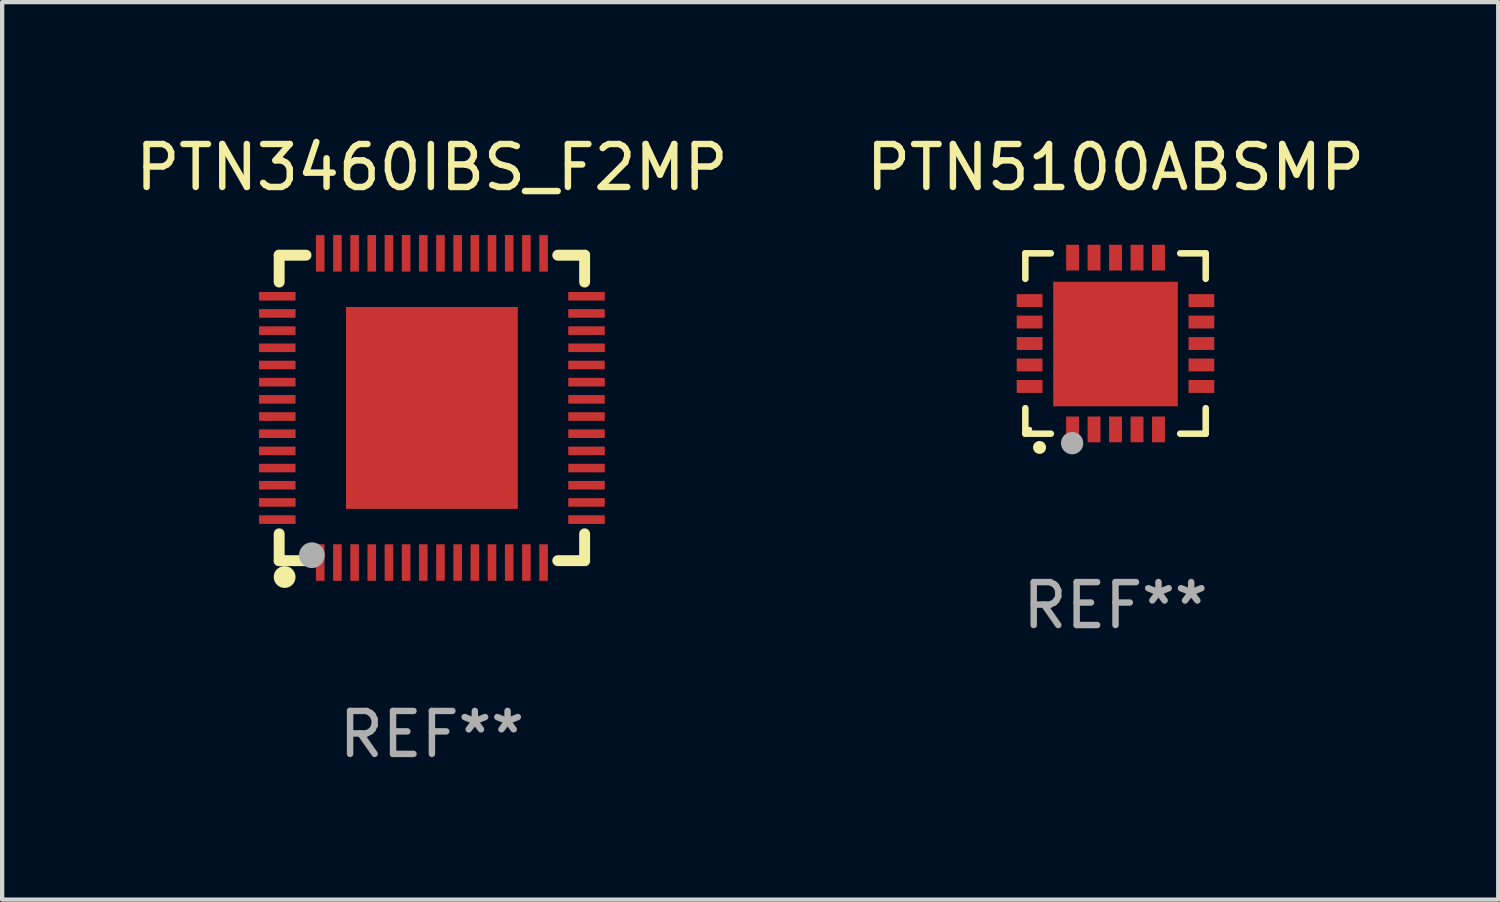
<source format=kicad_pcb>
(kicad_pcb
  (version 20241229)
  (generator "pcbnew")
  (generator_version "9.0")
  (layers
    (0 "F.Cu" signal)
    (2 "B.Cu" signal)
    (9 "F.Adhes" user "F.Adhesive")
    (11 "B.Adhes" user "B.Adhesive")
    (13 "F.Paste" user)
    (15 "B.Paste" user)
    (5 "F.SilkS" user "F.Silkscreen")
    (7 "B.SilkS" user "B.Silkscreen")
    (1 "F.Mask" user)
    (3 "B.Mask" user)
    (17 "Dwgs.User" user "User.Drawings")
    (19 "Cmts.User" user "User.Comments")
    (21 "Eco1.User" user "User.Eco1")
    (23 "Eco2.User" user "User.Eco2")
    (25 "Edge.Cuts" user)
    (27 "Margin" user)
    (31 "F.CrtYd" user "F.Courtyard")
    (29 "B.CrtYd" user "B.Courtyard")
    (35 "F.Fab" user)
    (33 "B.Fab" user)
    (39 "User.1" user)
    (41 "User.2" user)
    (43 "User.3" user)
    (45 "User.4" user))
  (footprint "PTN5100ABSMP"
    (layer "F.Cu")
    (at 22.923 4.948)
    (property "Reference" "PTN5100ABSMP" (at 0 -4.1 0) (layer "F.SilkS") (effects (font (size 1 1) (thickness 0.15))))
    (attr through_hole)
    (fp_line (start -2.1 -2.1) (end -1.506 -2.1) (stroke (width 0.152) (type solid)) (layer "F.SilkS"))
    (fp_line (start -2.1 -1.506) (end -2.1 -2.1) (stroke (width 0.152) (type solid)) (layer "F.SilkS"))
    (fp_line (start -2.1 2.1) (end -2.1 1.506) (stroke (width 0.152) (type solid)) (layer "F.SilkS"))
    (fp_line (start -1.506 2.1) (end -2.1 2.1) (stroke (width 0.152) (type solid)) (layer "F.SilkS"))
    (fp_line (start 1.506 -2.1) (end 2.1 -2.1) (stroke (width 0.152) (type solid)) (layer "F.SilkS"))
    (fp_line (start 2.1 -2.1) (end 2.1 -1.506) (stroke (width 0.152) (type solid)) (layer "F.SilkS"))
    (fp_line (start 2.1 1.506) (end 2.1 2.1) (stroke (width 0.152) (type solid)) (layer "F.SilkS"))
    (fp_line (start 2.1 2.1) (end 1.506 2.1) (stroke (width 0.152) (type solid)) (layer "F.SilkS"))
    (fp_arc (start -1.770003 2.420028) (mid -1.768733 2.420023) (end -1.767463 2.420028) (stroke (width 0.3) (type solid)) (layer "F.SilkS"))
    (fp_circle (center -2 2) (end -1.97 2) (stroke (width 0.06) (type solid)) (fill no) (layer "F.SilkS"))
    (fp_circle (center -1.01 2.32) (end -0.88 2.32) (stroke (width 0.26) (type solid)) (fill no) (layer "F.Fab"))
    (fp_text user "REF**" (at 0 6.1 0) (layer "F.Fab") (effects (font (size 1 1) (thickness 0.15))))
    (pad "1" smd rect (at -1 2 180) (size 0.3 0.6) (layers "F.Cu" "F.Mask" "F.Paste"))
    (pad "2" smd rect (at -0.5 2 180) (size 0.3 0.6) (layers "F.Cu" "F.Mask" "F.Paste"))
    (pad "3" smd rect (at 0 2 180) (size 0.3 0.6) (layers "F.Cu" "F.Mask" "F.Paste"))
    (pad "4" smd rect (at 0.5 2 180) (size 0.3 0.6) (layers "F.Cu" "F.Mask" "F.Paste"))
    (pad "5" smd rect (at 1 2 180) (size 0.3 0.6) (layers "F.Cu" "F.Mask" "F.Paste"))
    (pad "6" smd rect (at 2 1 90) (size 0.3 0.6) (layers "F.Cu" "F.Mask" "F.Paste"))
    (pad "7" smd rect (at 2 0.5 90) (size 0.3 0.6) (layers "F.Cu" "F.Mask" "F.Paste"))
    (pad "8" smd rect (at 2 0.000013 90) (size 0.3 0.6) (layers "F.Cu" "F.Mask" "F.Paste"))
    (pad "9" smd rect (at 2 -0.5 90) (size 0.3 0.6) (layers "F.Cu" "F.Mask" "F.Paste"))
    (pad "10" smd rect (at 2 -1 90) (size 0.3 0.6) (layers "F.Cu" "F.Mask" "F.Paste"))
    (pad "11" smd rect (at 1 -2 180) (size 0.3 0.6) (layers "F.Cu" "F.Mask" "F.Paste"))
    (pad "12" smd rect (at 0.5 -2 180) (size 0.3 0.6) (layers "F.Cu" "F.Mask" "F.Paste"))
    (pad "13" smd rect (at 0 -2 180) (size 0.3 0.6) (layers "F.Cu" "F.Mask" "F.Paste"))
    (pad "14" smd rect (at -0.5 -2 180) (size 0.3 0.6) (layers "F.Cu" "F.Mask" "F.Paste"))
    (pad "15" smd rect (at -1 -2 180) (size 0.3 0.6) (layers "F.Cu" "F.Mask" "F.Paste"))
    (pad "16" smd rect (at -2 -1 90) (size 0.3 0.6) (layers "F.Cu" "F.Mask" "F.Paste"))
    (pad "17" smd rect (at -2 -0.5 90) (size 0.3 0.6) (layers "F.Cu" "F.Mask" "F.Paste"))
    (pad "18" smd rect (at -2 0.000013 90) (size 0.3 0.6) (layers "F.Cu" "F.Mask" "F.Paste"))
    (pad "19" smd rect (at -2 0.5 90) (size 0.3 0.6) (layers "F.Cu" "F.Mask" "F.Paste"))
    (pad "20" smd rect (at -2 1 90) (size 0.3 0.6) (layers "F.Cu" "F.Mask" "F.Paste"))
    (pad "21" smd rect (at 0 0.013) (size 2.9 2.9) (layers "F.Cu" "F.Mask" "F.Paste")))
  (footprint "PTN3460IBS_F2MP"
    (layer "F.Cu")
    (at 7.006 6.448)
    (property "Reference" "PTN3460IBS_F2MP" (at 0 -5.6 0) (layer "F.SilkS") (effects (font (size 1 1) (thickness 0.15))))
    (attr through_hole)
    (fp_line (start -3.556 -3.556) (end -3.556 -2.931) (stroke (width 0.254) (type solid)) (layer "F.SilkS"))
    (fp_line (start -3.556 2.931) (end -3.556 3.556) (stroke (width 0.254) (type solid)) (layer "F.SilkS"))
    (fp_line (start -3.556 3.556) (end -2.931 3.556) (stroke (width 0.254) (type solid)) (layer "F.SilkS"))
    (fp_line (start -2.931 -3.556) (end -3.556 -3.556) (stroke (width 0.254) (type solid)) (layer "F.SilkS"))
    (fp_line (start 2.931 3.556) (end 3.556 3.556) (stroke (width 0.254) (type solid)) (layer "F.SilkS"))
    (fp_line (start 3.556 -3.556) (end 2.931 -3.556) (stroke (width 0.254) (type solid)) (layer "F.SilkS"))
    (fp_line (start 3.556 -2.931) (end 3.556 -3.556) (stroke (width 0.254) (type solid)) (layer "F.SilkS"))
    (fp_line (start 3.556 3.556) (end 3.556 2.931) (stroke (width 0.254) (type solid)) (layer "F.SilkS"))
    (fp_circle (center -3.5 3.5) (end -3.47 3.5) (stroke (width 0.06) (type solid)) (fill no) (layer "F.SilkS"))
    (fp_circle (center -3.429 3.937) (end -3.302 3.937) (stroke (width 0.254) (type solid)) (fill no) (layer "F.SilkS"))
    (fp_circle (center -2.794 3.429) (end -2.644 3.429) (stroke (width 0.3) (type solid)) (fill no) (layer "F.Fab"))
    (fp_text user "REF**" (at 0 7.6 0) (layer "F.Fab") (effects (font (size 1 1) (thickness 0.15))))
    (pad "1" smd rect (at -2.6 3.6 270) (size 0.85 0.2) (layers "F.Cu" "F.Mask" "F.Paste"))
    (pad "2" smd rect (at -2.2 3.6 270) (size 0.85 0.2) (layers "F.Cu" "F.Mask" "F.Paste"))
    (pad "3" smd rect (at -1.8 3.6 270) (size 0.85 0.2) (layers "F.Cu" "F.Mask" "F.Paste"))
    (pad "4" smd rect (at -1.4 3.6 270) (size 0.85 0.2) (layers "F.Cu" "F.Mask" "F.Paste"))
    (pad "5" smd rect (at -1 3.6 270) (size 0.85 0.2) (layers "F.Cu" "F.Mask" "F.Paste"))
    (pad "6" smd rect (at -0.6 3.6 270) (size 0.85 0.2) (layers "F.Cu" "F.Mask" "F.Paste"))
    (pad "7" smd rect (at -0.2 3.6 270) (size 0.85 0.2) (layers "F.Cu" "F.Mask" "F.Paste"))
    (pad "8" smd rect (at 0.2 3.6 270) (size 0.85 0.2) (layers "F.Cu" "F.Mask" "F.Paste"))
    (pad "9" smd rect (at 0.6 3.6 270) (size 0.85 0.2) (layers "F.Cu" "F.Mask" "F.Paste"))
    (pad "10" smd rect (at 1 3.6 270) (size 0.85 0.2) (layers "F.Cu" "F.Mask" "F.Paste"))
    (pad "11" smd rect (at 1.4 3.6 270) (size 0.85 0.2) (layers "F.Cu" "F.Mask" "F.Paste"))
    (pad "12" smd rect (at 1.8 3.6 270) (size 0.85 0.2) (layers "F.Cu" "F.Mask" "F.Paste"))
    (pad "13" smd rect (at 2.2 3.6 270) (size 0.85 0.2) (layers "F.Cu" "F.Mask" "F.Paste"))
    (pad "14" smd rect (at 2.6 3.6 270) (size 0.85 0.2) (layers "F.Cu" "F.Mask" "F.Paste"))
    (pad "15" smd rect (at 3.6 2.6) (size 0.85 0.2) (layers "F.Cu" "F.Mask" "F.Paste"))
    (pad "16" smd rect (at 3.6 2.2) (size 0.85 0.2) (layers "F.Cu" "F.Mask" "F.Paste"))
    (pad "17" smd rect (at 3.6 1.8) (size 0.85 0.2) (layers "F.Cu" "F.Mask" "F.Paste"))
    (pad "18" smd rect (at 3.6 1.4) (size 0.85 0.2) (layers "F.Cu" "F.Mask" "F.Paste"))
    (pad "19" smd rect (at 3.6 1) (size 0.85 0.2) (layers "F.Cu" "F.Mask" "F.Paste"))
    (pad "20" smd rect (at 3.6 0.6) (size 0.85 0.2) (layers "F.Cu" "F.Mask" "F.Paste"))
    (pad "21" smd rect (at 3.6 0.2) (size 0.85 0.2) (layers "F.Cu" "F.Mask" "F.Paste"))
    (pad "22" smd rect (at 3.6 -0.2) (size 0.85 0.2) (layers "F.Cu" "F.Mask" "F.Paste"))
    (pad "23" smd rect (at 3.6 -0.6) (size 0.85 0.2) (layers "F.Cu" "F.Mask" "F.Paste"))
    (pad "24" smd rect (at 3.6 -1) (size 0.85 0.2) (layers "F.Cu" "F.Mask" "F.Paste"))
    (pad "25" smd rect (at 3.6 -1.4) (size 0.85 0.2) (layers "F.Cu" "F.Mask" "F.Paste"))
    (pad "26" smd rect (at 3.6 -1.8) (size 0.85 0.2) (layers "F.Cu" "F.Mask" "F.Paste"))
    (pad "27" smd rect (at 3.6 -2.2) (size 0.85 0.2) (layers "F.Cu" "F.Mask" "F.Paste"))
    (pad "28" smd rect (at 3.6 -2.6) (size 0.85 0.2) (layers "F.Cu" "F.Mask" "F.Paste"))
    (pad "29" smd rect (at 2.6 -3.6 270) (size 0.85 0.2) (layers "F.Cu" "F.Mask" "F.Paste"))
    (pad "30" smd rect (at 2.2 -3.6 270) (size 0.85 0.2) (layers "F.Cu" "F.Mask" "F.Paste"))
    (pad "31" smd rect (at 1.8 -3.6 270) (size 0.85 0.2) (layers "F.Cu" "F.Mask" "F.Paste"))
    (pad "32" smd rect (at 1.4 -3.6 270) (size 0.85 0.2) (layers "F.Cu" "F.Mask" "F.Paste"))
    (pad "33" smd rect (at 1 -3.6 270) (size 0.85 0.2) (layers "F.Cu" "F.Mask" "F.Paste"))
    (pad "34" smd rect (at 0.6 -3.6 270) (size 0.85 0.2) (layers "F.Cu" "F.Mask" "F.Paste"))
    (pad "35" smd rect (at 0.2 -3.6 270) (size 0.85 0.2) (layers "F.Cu" "F.Mask" "F.Paste"))
    (pad "36" smd rect (at -0.2 -3.6 270) (size 0.85 0.2) (layers "F.Cu" "F.Mask" "F.Paste"))
    (pad "37" smd rect (at -0.6 -3.6 270) (size 0.85 0.2) (layers "F.Cu" "F.Mask" "F.Paste"))
    (pad "38" smd rect (at -1 -3.6 270) (size 0.85 0.2) (layers "F.Cu" "F.Mask" "F.Paste"))
    (pad "39" smd rect (at -1.4 -3.6 270) (size 0.85 0.2) (layers "F.Cu" "F.Mask" "F.Paste"))
    (pad "40" smd rect (at -1.8 -3.6 270) (size 0.85 0.2) (layers "F.Cu" "F.Mask" "F.Paste"))
    (pad "41" smd rect (at -2.2 -3.6 270) (size 0.85 0.2) (layers "F.Cu" "F.Mask" "F.Paste"))
    (pad "42" smd rect (at -2.6 -3.6 270) (size 0.85 0.2) (layers "F.Cu" "F.Mask" "F.Paste"))
    (pad "43" smd rect (at -3.6 -2.6) (size 0.85 0.2) (layers "F.Cu" "F.Mask" "F.Paste"))
    (pad "44" smd rect (at -3.6 -2.2) (size 0.85 0.2) (layers "F.Cu" "F.Mask" "F.Paste"))
    (pad "45" smd rect (at -3.6 -1.8) (size 0.85 0.2) (layers "F.Cu" "F.Mask" "F.Paste"))
    (pad "46" smd rect (at -3.6 -1.4) (size 0.85 0.2) (layers "F.Cu" "F.Mask" "F.Paste"))
    (pad "47" smd rect (at -3.6 -1) (size 0.85 0.2) (layers "F.Cu" "F.Mask" "F.Paste"))
    (pad "48" smd rect (at -3.6 -0.6) (size 0.85 0.2) (layers "F.Cu" "F.Mask" "F.Paste"))
    (pad "49" smd rect (at -3.6 -0.2) (size 0.85 0.2) (layers "F.Cu" "F.Mask" "F.Paste"))
    (pad "50" smd rect (at -3.6 0.2) (size 0.85 0.2) (layers "F.Cu" "F.Mask" "F.Paste"))
    (pad "51" smd rect (at -3.6 0.6) (size 0.85 0.2) (layers "F.Cu" "F.Mask" "F.Paste"))
    (pad "52" smd rect (at -3.6 1) (size 0.85 0.2) (layers "F.Cu" "F.Mask" "F.Paste"))
    (pad "53" smd rect (at -3.6 1.4) (size 0.85 0.2) (layers "F.Cu" "F.Mask" "F.Paste"))
    (pad "54" smd rect (at -3.6 1.8) (size 0.85 0.2) (layers "F.Cu" "F.Mask" "F.Paste"))
    (pad "55" smd rect (at -3.6 2.2) (size 0.85 0.2) (layers "F.Cu" "F.Mask" "F.Paste"))
    (pad "56" smd rect (at -3.6 2.6) (size 0.85 0.2) (layers "F.Cu" "F.Mask" "F.Paste"))
    (pad "57" smd rect (at 0 0 90) (size 4.7 4) (layers "F.Cu" "F.Mask" "F.Paste")))
  (gr_rect
    (start -3 -3)
    (end 31.833 17.896)
    (stroke (width 0.1) (type default))
    (fill no)
    (layer "Edge.Cuts")))
</source>
